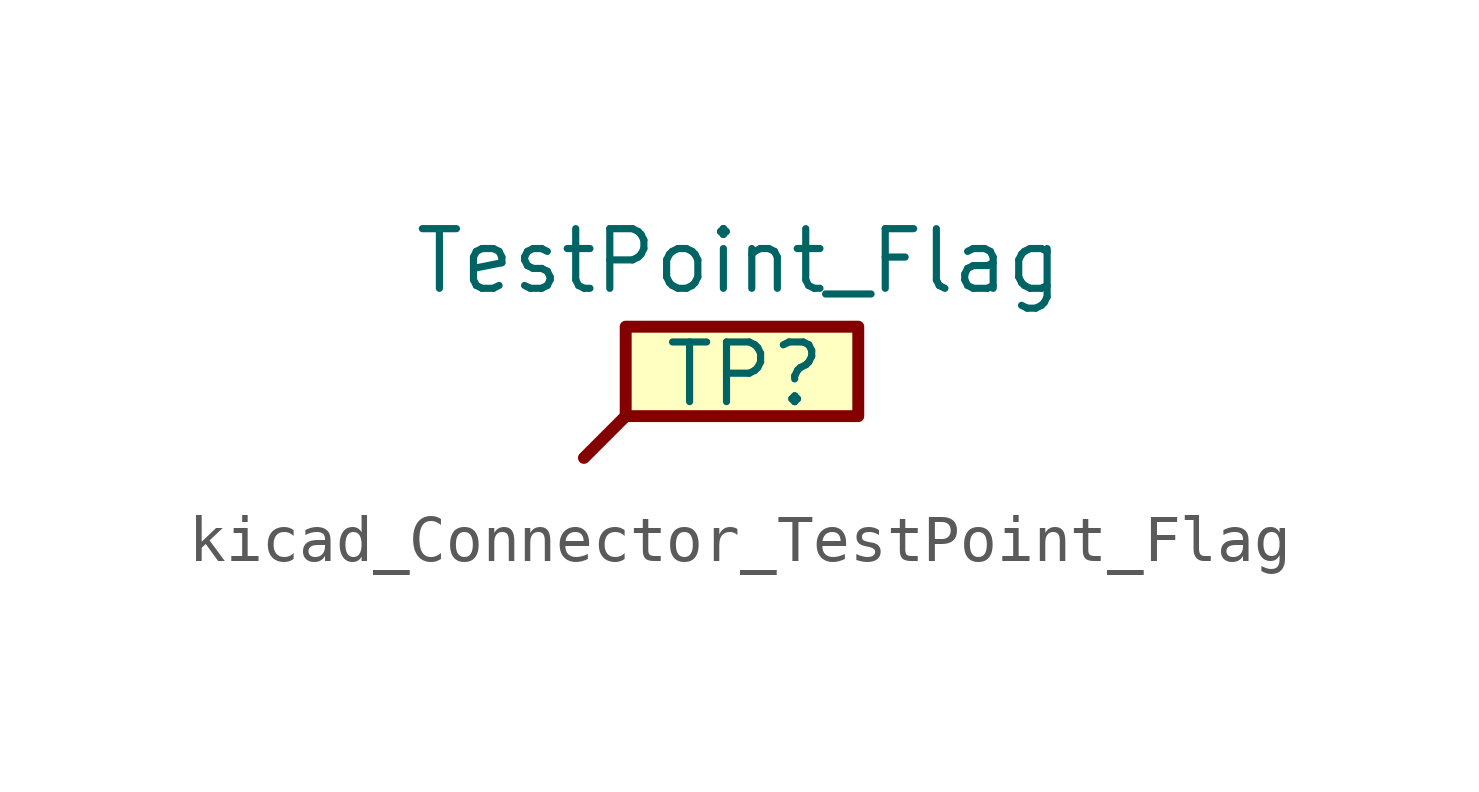
<source format=kicad_sym>
(kicad_symbol_lib
  (version 20220914)
  (generator kicad_symbol_editor)
  (symbol "kicad_Connector_TestPoint_Flag"
    (pin_numbers hide)
    (pin_names
      (offset 0.762) hide)
    (property "Reference" "TP"
      (at 3.429 1.778 0)
      (effects (font (size 1.27 1.27))))
    (property "Value" "TestPoint_Flag"
      (at 3.302 4.191 0)
      (effects (font (size 1.27 1.27))))
    (symbol "kicad_Connector_TestPoint_Flag_0_1"
      (polyline (pts (xy 0 0) (xy 0.889 0.889)) (stroke (width 0.254) (type default)) (fill (type none)))
      (rectangle (start 0.889 2.794) (end 5.842 0.889) (stroke (width 0.254) (type default)) (fill (type background))))
    (symbol "kicad_Connector_TestPoint_Flag_1_1"
      (pin passive line (at 0 0 90) (length 0) (name "1" (effects (font (size 1.27 1.27)))) (number "1" (effects (font (size 1.27 1.27))))))))
</source>
